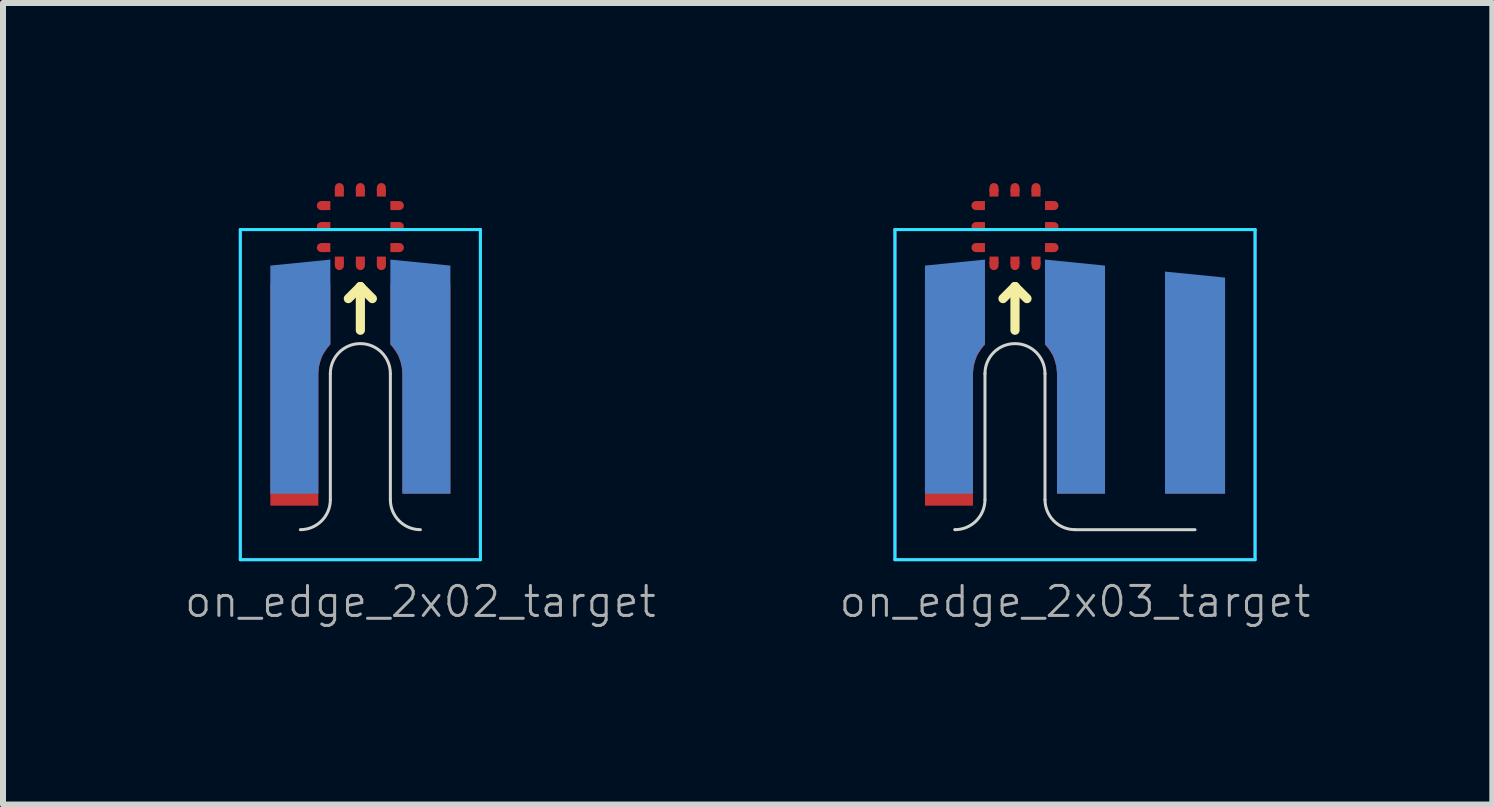
<source format=kicad_pcb>
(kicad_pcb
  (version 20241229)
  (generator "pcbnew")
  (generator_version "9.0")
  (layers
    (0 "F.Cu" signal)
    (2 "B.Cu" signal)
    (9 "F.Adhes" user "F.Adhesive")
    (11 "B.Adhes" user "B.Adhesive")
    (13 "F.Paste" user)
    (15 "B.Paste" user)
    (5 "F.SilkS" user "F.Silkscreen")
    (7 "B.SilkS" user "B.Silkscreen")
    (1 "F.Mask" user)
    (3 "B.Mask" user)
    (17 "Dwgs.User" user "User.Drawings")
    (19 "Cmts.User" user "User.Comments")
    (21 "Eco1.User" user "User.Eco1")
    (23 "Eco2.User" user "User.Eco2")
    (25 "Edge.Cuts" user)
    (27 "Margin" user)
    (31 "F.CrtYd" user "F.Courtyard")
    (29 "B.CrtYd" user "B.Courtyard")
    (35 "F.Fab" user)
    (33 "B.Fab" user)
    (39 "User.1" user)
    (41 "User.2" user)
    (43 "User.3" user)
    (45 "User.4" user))
  (footprint "on_edge_2x02_target"
    (layer "F.Cu")
    (at 3.954 5.775)
    (property "Reference" "on_edge_2x02_target" (at 0 1.2 0) (unlocked yes) (layer "F.Fab") (effects (font (size 0.5 0.5) (thickness 0.05))))
    (attr exclude_from_pos_files exclude_from_bom)
    (fp_line (start -1.6 -5.4) (end -1.65 -5.4) (stroke (width 0.15) (type solid)) (layer "F.Cu"))
    (fp_line (start -1.6 -5.05) (end -1.65 -5.05) (stroke (width 0.15) (type solid)) (layer "F.Cu"))
    (fp_line (start -1.6 -4.7) (end -1.65 -4.7) (stroke (width 0.15) (type solid)) (layer "F.Cu"))
    (fp_line (start -1.35 -5.65) (end -1.35 -5.7) (stroke (width 0.15) (type solid)) (layer "F.Cu"))
    (fp_line (start -1.35 -4.45) (end -1.35 -4.4) (stroke (width 0.15) (type solid)) (layer "F.Cu"))
    (fp_line (start -1 -5.65) (end -1 -5.7) (stroke (width 0.15) (type solid)) (layer "F.Cu"))
    (fp_line (start -1 -4.45) (end -1 -4.4) (stroke (width 0.15) (type solid)) (layer "F.Cu"))
    (fp_line (start -0.65 -5.65) (end -0.65 -5.7) (stroke (width 0.15) (type solid)) (layer "F.Cu"))
    (fp_line (start -0.65 -4.45) (end -0.65 -4.4) (stroke (width 0.15) (type solid)) (layer "F.Cu"))
    (fp_line (start -0.4 -5.4) (end -0.35 -5.4) (stroke (width 0.15) (type solid)) (layer "F.Cu"))
    (fp_line (start -0.4 -5.05) (end -0.35 -5.05) (stroke (width 0.15) (type solid)) (layer "F.Cu"))
    (fp_line (start -0.4 -4.7) (end -0.35 -4.7) (stroke (width 0.15) (type solid)) (layer "F.Cu"))
    (fp_poly (pts (xy -1.5 -5.475) (xy -1.5 -5.325) (xy -1.625 -5.325) (xy -1.625 -5.475)) (stroke (width 0) (type solid)) (fill yes) (layer "F.Cu"))
    (fp_poly (pts (xy -1.5 -5.125) (xy -1.5 -4.975) (xy -1.625 -4.975) (xy -1.625 -5.125)) (stroke (width 0) (type solid)) (fill yes) (layer "F.Cu"))
    (fp_poly (pts (xy -1.5 -4.775) (xy -1.5 -4.625) (xy -1.625 -4.625) (xy -1.625 -4.775)) (stroke (width 0) (type solid)) (fill yes) (layer "F.Cu"))
    (fp_poly (pts (xy -1.425 -4.55) (xy -1.275 -4.55) (xy -1.275 -4.425) (xy -1.425 -4.425)) (stroke (width 0) (type solid)) (fill yes) (layer "F.Cu"))
    (fp_poly (pts (xy -1.275 -5.55) (xy -1.425 -5.55) (xy -1.425 -5.675) (xy -1.275 -5.675)) (stroke (width 0) (type solid)) (fill yes) (layer "F.Cu"))
    (fp_poly (pts (xy -1.075 -4.55) (xy -0.925 -4.55) (xy -0.925 -4.425) (xy -1.075 -4.425)) (stroke (width 0) (type solid)) (fill yes) (layer "F.Cu"))
    (fp_poly (pts (xy -0.925 -5.55) (xy -1.075 -5.55) (xy -1.075 -5.675) (xy -0.925 -5.675)) (stroke (width 0) (type solid)) (fill yes) (layer "F.Cu"))
    (fp_poly (pts (xy -0.725 -4.55) (xy -0.575 -4.55) (xy -0.575 -4.425) (xy -0.725 -4.425)) (stroke (width 0) (type solid)) (fill yes) (layer "F.Cu"))
    (fp_poly (pts (xy -0.575 -5.55) (xy -0.725 -5.55) (xy -0.725 -5.675) (xy -0.575 -5.675)) (stroke (width 0) (type solid)) (fill yes) (layer "F.Cu"))
    (fp_poly (pts (xy -0.5 -5.325) (xy -0.5 -5.475) (xy -0.375 -5.475) (xy -0.375 -5.325)) (stroke (width 0) (type solid)) (fill yes) (layer "F.Cu"))
    (fp_poly (pts (xy -0.5 -4.975) (xy -0.5 -5.125) (xy -0.375 -5.125) (xy -0.375 -4.975)) (stroke (width 0) (type solid)) (fill yes) (layer "F.Cu"))
    (fp_poly (pts (xy -0.5 -4.625) (xy -0.5 -4.775) (xy -0.375 -4.775) (xy -0.375 -4.625)) (stroke (width 0) (type solid)) (fill yes) (layer "F.Cu"))
    (fp_line (start -1.5 -5.4) (end -1.65 -5.4) (stroke (width 0.15) (type solid)) (layer "F.Mask"))
    (fp_line (start -1.5 -5.05) (end -1.65 -5.05) (stroke (width 0.15) (type solid)) (layer "F.Mask"))
    (fp_line (start -1.5 -4.7) (end -1.65 -4.7) (stroke (width 0.15) (type solid)) (layer "F.Mask"))
    (fp_line (start -1.35 -5.55) (end -1.35 -5.7) (stroke (width 0.15) (type solid)) (layer "F.Mask"))
    (fp_line (start -1.35 -4.55) (end -1.35 -4.4) (stroke (width 0.15) (type solid)) (layer "F.Mask"))
    (fp_line (start -1 -5.55) (end -1 -5.7) (stroke (width 0.15) (type solid)) (layer "F.Mask"))
    (fp_line (start -1 -4.55) (end -1 -4.4) (stroke (width 0.15) (type solid)) (layer "F.Mask"))
    (fp_line (start -0.65 -5.55) (end -0.65 -5.7) (stroke (width 0.15) (type solid)) (layer "F.Mask"))
    (fp_line (start -0.65 -4.55) (end -0.65 -4.4) (stroke (width 0.15) (type solid)) (layer "F.Mask"))
    (fp_line (start -0.5 -5.4) (end -0.35 -5.4) (stroke (width 0.15) (type solid)) (layer "F.Mask"))
    (fp_line (start -0.5 -5.05) (end -0.35 -5.05) (stroke (width 0.15) (type solid)) (layer "F.Mask"))
    (fp_line (start -0.5 -4.7) (end -0.35 -4.7) (stroke (width 0.15) (type solid)) (layer "F.Mask"))
    (fp_poly (pts (xy -0.55 -4.6) (xy -1.45 -4.6) (xy -1.45 -5.5) (xy -0.55 -5.5)) (stroke (width 0.1) (type solid)) (fill yes) (layer "F.Mask"))
    (fp_line (start -1.2 -3.85) (end -1 -4.05) (stroke (width 0.153) (type solid)) (layer "F.SilkS"))
    (fp_line (start -1 -4.05) (end -1 -3.323) (stroke (width 0.153) (type solid)) (layer "F.SilkS"))
    (fp_line (start -1 -4.05) (end -0.8 -3.85) (stroke (width 0.153) (type solid)) (layer "F.SilkS"))
    (fp_line (start -1.5 -2.6) (end -1.5 -0.5) (stroke (width 0.05) (type solid)) (layer "Edge.Cuts"))
    (fp_line (start -0.5 -0.5) (end -0.5 -2.6) (stroke (width 0.05) (type solid)) (layer "Edge.Cuts"))
    (fp_arc (start -1.5 -2.6) (mid -1 -3.1) (end -0.5 -2.6) (stroke (width 0.05) (type solid)) (layer "Edge.Cuts"))
    (fp_arc (start -1.5 -0.5) (mid -1.646447 -0.146447) (end -2 0) (stroke (width 0.05) (type solid)) (layer "Edge.Cuts"))
    (fp_arc (start 0 0) (mid -0.353553 -0.146447) (end -0.5 -0.5) (stroke (width 0.05) (type solid)) (layer "Edge.Cuts"))
    (fp_line (start -3 -5) (end -3 0.5) (stroke (width 0.05) (type solid)) (layer "B.CrtYd"))
    (fp_line (start -3 0.5) (end 1 0.5) (stroke (width 0.05) (type solid)) (layer "B.CrtYd"))
    (fp_line (start 1 -5) (end -3 -5) (stroke (width 0.05) (type solid)) (layer "B.CrtYd"))
    (fp_line (start 1 0.5) (end 1 -5) (stroke (width 0.05) (type solid)) (layer "B.CrtYd"))
    (fp_line (start -3 -5) (end 1 -5) (stroke (width 0.05) (type solid)) (layer "F.CrtYd"))
    (fp_line (start -3 0.5) (end -3 -5) (stroke (width 0.05) (type solid)) (layer "F.CrtYd"))
    (fp_line (start 1 -5) (end 1 0.5) (stroke (width 0.05) (type solid)) (layer "F.CrtYd"))
    (fp_line (start 1 0.5) (end -3 0.5) (stroke (width 0.05) (type solid)) (layer "F.CrtYd"))
    (pad "1" smd custom (at -2 -3.6) (size 1 1) (layers "F.Cu" "F.Mask") (options (anchor rect)) (primitives (gr_poly (pts (xy 0.3 1) (xy 0.31 0.89) (xy 0.33 0.81) (xy 0.35 0.75) (xy 0.37 0.7) (xy 0.4 0.65) (xy 0.44 0.59) (xy 0.48 0.54) (xy 0.5 0.52) (xy 0.5 -0.5) (xy -0.5 -0.5) (xy -0.5 3.2) (xy 0.3 3.2)) (width 0) (fill yes))))
    (pad "2" smd custom (at 0 -3.6) (size 1 1) (layers "F.Cu" "F.Mask") (options (anchor rect)) (primitives (gr_poly (pts (xy -0.3 1) (xy -0.31 0.89) (xy -0.33 0.81) (xy -0.35 0.75) (xy -0.37 0.7) (xy -0.4 0.65) (xy -0.44 0.59) (xy -0.48 0.54) (xy -0.5 0.52) (xy -0.5 -0.5) (xy 0.5 -0.5) (xy 0.5 3) (xy -0.3 3)) (width 0) (fill yes))))
    (pad "3" smd custom (at -2 -2.1) (size 0.4 0.4) (layers "B.Cu" "B.Mask") (options (anchor rect)) (primitives (gr_poly (pts (xy 0.3 -0.51) (xy 0.31 -0.62) (xy 0.33 -0.7) (xy 0.35 -0.76) (xy 0.37 -0.81) (xy 0.4 -0.86) (xy 0.44 -0.92) (xy 0.48 -0.97) (xy 0.5 -0.99) (xy 0.5 -2.4) (xy -0.5 -2.3) (xy -0.5 1.5) (xy 0.3 1.5)) (width 0) (fill yes))))
    (pad "4" smd custom (at 0 -2.1) (size 0.4 0.4) (layers "B.Cu" "B.Mask") (options (anchor rect)) (primitives (gr_poly (pts (xy -0.3 -0.51) (xy -0.31 -0.62) (xy -0.33 -0.7) (xy -0.35 -0.76) (xy -0.37 -0.81) (xy -0.4 -0.86) (xy -0.44 -0.92) (xy -0.48 -0.97) (xy -0.5 -0.99) (xy -0.5 -2.4) (xy 0.5 -2.3) (xy 0.5 1.5) (xy -0.3 1.5)) (width 0) (fill yes)))))
  (footprint "on_edge_2x03_target"
    (layer "F.Cu")
    (at 14.861 5.775)
    (property "Reference" "on_edge_2x03_target" (at 0 1.2 0) (unlocked yes) (layer "F.Fab") (effects (font (size 0.5 0.5) (thickness 0.05))))
    (attr exclude_from_pos_files exclude_from_bom)
    (fp_line (start -1.6 -5.4) (end -1.65 -5.4) (stroke (width 0.15) (type solid)) (layer "F.Cu"))
    (fp_line (start -1.6 -5.05) (end -1.65 -5.05) (stroke (width 0.15) (type solid)) (layer "F.Cu"))
    (fp_line (start -1.6 -4.7) (end -1.65 -4.7) (stroke (width 0.15) (type solid)) (layer "F.Cu"))
    (fp_line (start -1.35 -5.65) (end -1.35 -5.7) (stroke (width 0.15) (type solid)) (layer "F.Cu"))
    (fp_line (start -1.35 -4.45) (end -1.35 -4.4) (stroke (width 0.15) (type solid)) (layer "F.Cu"))
    (fp_line (start -1 -5.65) (end -1 -5.7) (stroke (width 0.15) (type solid)) (layer "F.Cu"))
    (fp_line (start -1 -4.45) (end -1 -4.4) (stroke (width 0.15) (type solid)) (layer "F.Cu"))
    (fp_line (start -0.65 -5.65) (end -0.65 -5.7) (stroke (width 0.15) (type solid)) (layer "F.Cu"))
    (fp_line (start -0.65 -4.45) (end -0.65 -4.4) (stroke (width 0.15) (type solid)) (layer "F.Cu"))
    (fp_line (start -0.4 -5.4) (end -0.35 -5.4) (stroke (width 0.15) (type solid)) (layer "F.Cu"))
    (fp_line (start -0.4 -5.05) (end -0.35 -5.05) (stroke (width 0.15) (type solid)) (layer "F.Cu"))
    (fp_line (start -0.4 -4.7) (end -0.35 -4.7) (stroke (width 0.15) (type solid)) (layer "F.Cu"))
    (fp_poly (pts (xy -1.5 -5.475) (xy -1.5 -5.325) (xy -1.625 -5.325) (xy -1.625 -5.475)) (stroke (width 0) (type solid)) (fill yes) (layer "F.Cu"))
    (fp_poly (pts (xy -1.5 -5.125) (xy -1.5 -4.975) (xy -1.625 -4.975) (xy -1.625 -5.125)) (stroke (width 0) (type solid)) (fill yes) (layer "F.Cu"))
    (fp_poly (pts (xy -1.5 -4.775) (xy -1.5 -4.625) (xy -1.625 -4.625) (xy -1.625 -4.775)) (stroke (width 0) (type solid)) (fill yes) (layer "F.Cu"))
    (fp_poly (pts (xy -1.425 -4.55) (xy -1.275 -4.55) (xy -1.275 -4.425) (xy -1.425 -4.425)) (stroke (width 0) (type solid)) (fill yes) (layer "F.Cu"))
    (fp_poly (pts (xy -1.275 -5.55) (xy -1.425 -5.55) (xy -1.425 -5.675) (xy -1.275 -5.675)) (stroke (width 0) (type solid)) (fill yes) (layer "F.Cu"))
    (fp_poly (pts (xy -1.075 -4.55) (xy -0.925 -4.55) (xy -0.925 -4.425) (xy -1.075 -4.425)) (stroke (width 0) (type solid)) (fill yes) (layer "F.Cu"))
    (fp_poly (pts (xy -0.925 -5.55) (xy -1.075 -5.55) (xy -1.075 -5.675) (xy -0.925 -5.675)) (stroke (width 0) (type solid)) (fill yes) (layer "F.Cu"))
    (fp_poly (pts (xy -0.725 -4.55) (xy -0.575 -4.55) (xy -0.575 -4.425) (xy -0.725 -4.425)) (stroke (width 0) (type solid)) (fill yes) (layer "F.Cu"))
    (fp_poly (pts (xy -0.575 -5.55) (xy -0.725 -5.55) (xy -0.725 -5.675) (xy -0.575 -5.675)) (stroke (width 0) (type solid)) (fill yes) (layer "F.Cu"))
    (fp_poly (pts (xy -0.5 -5.325) (xy -0.5 -5.475) (xy -0.375 -5.475) (xy -0.375 -5.325)) (stroke (width 0) (type solid)) (fill yes) (layer "F.Cu"))
    (fp_poly (pts (xy -0.5 -4.975) (xy -0.5 -5.125) (xy -0.375 -5.125) (xy -0.375 -4.975)) (stroke (width 0) (type solid)) (fill yes) (layer "F.Cu"))
    (fp_poly (pts (xy -0.5 -4.625) (xy -0.5 -4.775) (xy -0.375 -4.775) (xy -0.375 -4.625)) (stroke (width 0) (type solid)) (fill yes) (layer "F.Cu"))
    (fp_line (start -1.5 -5.4) (end -1.65 -5.4) (stroke (width 0.15) (type solid)) (layer "F.Mask"))
    (fp_line (start -1.5 -5.05) (end -1.65 -5.05) (stroke (width 0.15) (type solid)) (layer "F.Mask"))
    (fp_line (start -1.5 -4.7) (end -1.65 -4.7) (stroke (width 0.15) (type solid)) (layer "F.Mask"))
    (fp_line (start -1.35 -5.55) (end -1.35 -5.7) (stroke (width 0.15) (type solid)) (layer "F.Mask"))
    (fp_line (start -1.35 -4.55) (end -1.35 -4.4) (stroke (width 0.15) (type solid)) (layer "F.Mask"))
    (fp_line (start -1 -5.55) (end -1 -5.7) (stroke (width 0.15) (type solid)) (layer "F.Mask"))
    (fp_line (start -1 -4.55) (end -1 -4.4) (stroke (width 0.15) (type solid)) (layer "F.Mask"))
    (fp_line (start -0.65 -5.55) (end -0.65 -5.7) (stroke (width 0.15) (type solid)) (layer "F.Mask"))
    (fp_line (start -0.65 -4.55) (end -0.65 -4.4) (stroke (width 0.15) (type solid)) (layer "F.Mask"))
    (fp_line (start -0.5 -5.4) (end -0.35 -5.4) (stroke (width 0.15) (type solid)) (layer "F.Mask"))
    (fp_line (start -0.5 -5.05) (end -0.35 -5.05) (stroke (width 0.15) (type solid)) (layer "F.Mask"))
    (fp_line (start -0.5 -4.7) (end -0.35 -4.7) (stroke (width 0.15) (type solid)) (layer "F.Mask"))
    (fp_poly (pts (xy -0.55 -4.6) (xy -1.45 -4.6) (xy -1.45 -5.5) (xy -0.55 -5.5)) (stroke (width 0.1) (type solid)) (fill yes) (layer "F.Mask"))
    (fp_line (start -1.2 -3.85) (end -1 -4.05) (stroke (width 0.153) (type solid)) (layer "F.SilkS"))
    (fp_line (start -1 -4.05) (end -1 -3.323) (stroke (width 0.153) (type solid)) (layer "F.SilkS"))
    (fp_line (start -1 -4.05) (end -0.8 -3.85) (stroke (width 0.153) (type solid)) (layer "F.SilkS"))
    (fp_line (start -2 0) (end -2 0) (stroke (width 0.05) (type solid)) (layer "Edge.Cuts"))
    (fp_line (start -1.5 -2.6) (end -1.5 -0.5) (stroke (width 0.05) (type solid)) (layer "Edge.Cuts"))
    (fp_line (start -0.5 -0.5) (end -0.5 -2.6) (stroke (width 0.05) (type solid)) (layer "Edge.Cuts"))
    (fp_line (start 0 0) (end 2 0) (stroke (width 0.05) (type solid)) (layer "Edge.Cuts"))
    (fp_arc (start -1.5 -2.6) (mid -1 -3.1) (end -0.5 -2.6) (stroke (width 0.05) (type solid)) (layer "Edge.Cuts"))
    (fp_arc (start -1.5 -0.5) (mid -1.646447 -0.146447) (end -2 0) (stroke (width 0.05) (type solid)) (layer "Edge.Cuts"))
    (fp_arc (start 0 0) (mid -0.353553 -0.146447) (end -0.5 -0.5) (stroke (width 0.05) (type solid)) (layer "Edge.Cuts"))
    (fp_line (start -3 -5) (end -3 0.5) (stroke (width 0.05) (type solid)) (layer "B.CrtYd"))
    (fp_line (start -3 0.5) (end 3 0.5) (stroke (width 0.05) (type solid)) (layer "B.CrtYd"))
    (fp_line (start 3 -5) (end -3 -5) (stroke (width 0.05) (type solid)) (layer "B.CrtYd"))
    (fp_line (start 3 0.5) (end 3 -5) (stroke (width 0.05) (type solid)) (layer "B.CrtYd"))
    (fp_line (start -3 -5) (end 3 -5) (stroke (width 0.05) (type solid)) (layer "F.CrtYd"))
    (fp_line (start -3 0.5) (end -3 -5) (stroke (width 0.05) (type solid)) (layer "F.CrtYd"))
    (fp_line (start 3 -5) (end 3 0.5) (stroke (width 0.05) (type solid)) (layer "F.CrtYd"))
    (fp_line (start 3 0.5) (end -3 0.5) (stroke (width 0.05) (type solid)) (layer "F.CrtYd"))
    (pad "1" smd custom (at -2 -3.6) (size 1 1) (layers "F.Cu" "F.Mask") (options (anchor rect)) (primitives (gr_poly (pts (xy 0.3 1) (xy 0.31 0.89) (xy 0.33 0.81) (xy 0.35 0.75) (xy 0.37 0.7) (xy 0.4 0.65) (xy 0.44 0.59) (xy 0.48 0.54) (xy 0.5 0.52) (xy 0.5 -0.5) (xy -0.5 -0.5) (xy -0.5 3.2) (xy 0.3 3.2)) (width 0) (fill yes))))
    (pad "2" smd custom (at 0 -3.6) (size 1 1) (layers "F.Cu" "F.Mask") (options (anchor rect)) (primitives (gr_poly (pts (xy -0.3 1) (xy -0.31 0.89) (xy -0.33 0.81) (xy -0.35 0.75) (xy -0.37 0.7) (xy -0.4 0.65) (xy -0.44 0.59) (xy -0.48 0.54) (xy -0.5 0.52) (xy -0.5 -0.5) (xy 0.5 -0.5) (xy 0.5 3) (xy -0.3 3)) (width 0) (fill yes))))
    (pad "3" smd custom (at -2 -2.1) (size 0.4 0.4) (layers "B.Cu" "B.Mask") (options (anchor rect)) (primitives (gr_poly (pts (xy 0.3 -0.51) (xy 0.31 -0.62) (xy 0.33 -0.7) (xy 0.35 -0.76) (xy 0.37 -0.81) (xy 0.4 -0.86) (xy 0.44 -0.92) (xy 0.48 -0.97) (xy 0.5 -0.99) (xy 0.5 -2.4) (xy -0.5 -2.3) (xy -0.5 1.5) (xy 0.3 1.5)) (width 0) (fill yes))))
    (pad "4" smd custom (at 0 -2.1) (size 0.4 0.4) (layers "B.Cu" "B.Mask") (options (anchor rect)) (primitives (gr_poly (pts (xy -0.3 -0.51) (xy -0.31 -0.62) (xy -0.33 -0.7) (xy -0.35 -0.76) (xy -0.37 -0.81) (xy -0.4 -0.86) (xy -0.44 -0.92) (xy -0.48 -0.97) (xy -0.5 -0.99) (xy -0.5 -2.4) (xy 0.5 -2.3) (xy 0.5 1.5) (xy -0.3 1.5)) (width 0) (fill yes))))
    (pad "5" smd rect (at 2 -2.35 180) (size 1 3.5) (layers "F.Cu" "F.Mask"))
    (pad "6" smd custom (at 2 -2.4) (size 1 3.6) (layers "B.Cu" "B.Mask") (options (anchor rect)) (primitives (gr_poly (pts (xy -0.5 -1.8) (xy -0.5 -1.9) (xy 0.5 -1.8)) (width 0) (fill yes)))))
  (gr_rect
    (start -3 -3)
    (end 21.814 10.355)
    (stroke (width 0.1) (type default))
    (fill no)
    (layer "Edge.Cuts")))
</source>
